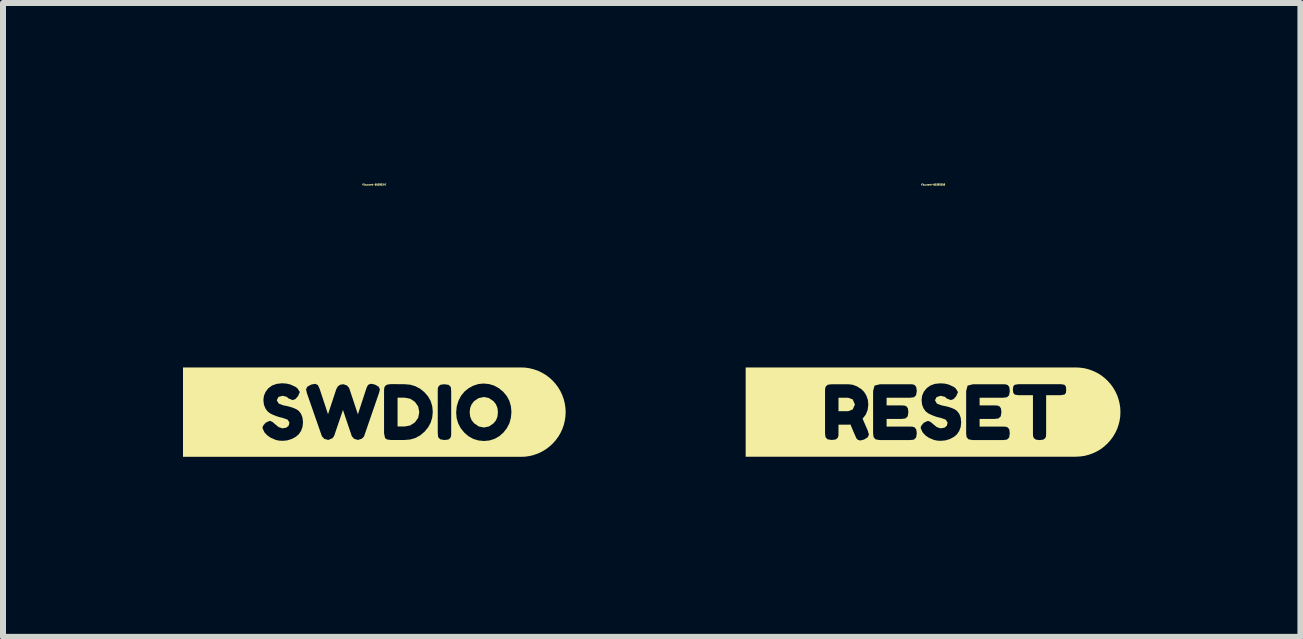
<source format=kicad_pcb>
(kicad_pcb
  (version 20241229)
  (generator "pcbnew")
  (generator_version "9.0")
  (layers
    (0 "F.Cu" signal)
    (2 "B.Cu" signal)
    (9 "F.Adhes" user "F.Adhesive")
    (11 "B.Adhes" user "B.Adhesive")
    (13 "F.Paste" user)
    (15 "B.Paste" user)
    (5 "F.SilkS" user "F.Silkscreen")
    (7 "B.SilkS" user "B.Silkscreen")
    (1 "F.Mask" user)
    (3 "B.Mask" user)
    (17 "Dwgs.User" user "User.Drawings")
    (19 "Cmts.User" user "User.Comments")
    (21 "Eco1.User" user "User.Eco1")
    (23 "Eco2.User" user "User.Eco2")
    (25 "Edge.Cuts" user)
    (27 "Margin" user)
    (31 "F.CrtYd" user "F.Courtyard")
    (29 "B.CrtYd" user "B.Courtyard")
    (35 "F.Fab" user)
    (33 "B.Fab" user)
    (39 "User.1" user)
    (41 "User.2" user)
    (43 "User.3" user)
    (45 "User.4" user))
  (footprint "kibuzzard-653BD35B"
    (layer "F.Cu")
    (at 12.501 3.818)
    (property "Reference" "kibuzzard-653BD35B" (at 0 -3.792 0) (layer "F.SilkS") (effects (font (size 0.025 0.025) (thickness 0.15))))
    (attr board_only exclude_from_pos_files exclude_from_bom)
    (fp_poly (pts (xy -1.576 -0.015) (xy -1.413 -0.015) (xy -1.339 -0.043) (xy -1.302 -0.126) (xy -1.339 -0.211) (xy -1.416 -0.239) (xy -1.576 -0.239) (xy -1.576 -0.015)) (stroke (width 0) (type solid)) (fill yes) (layer "F.SilkS"))
    (fp_poly (pts (xy -1.8 -0.744) (xy -3.123 -0.744) (xy -3.123 0.744) (xy -1.8 0.744) (xy -1.213 0.744) (xy -1.213 0.474) (xy -1.254 0.462) (xy -1.277 0.438) (xy -1.294 0.401) (xy -1.327 0.325) (xy -1.376 0.208) (xy -1.416 0.21) (xy -1.576 0.21) (xy -1.576 0.354) (xy -1.577 0.398) (xy -1.59 0.431) (xy -1.623 0.457) (xy -1.689 0.465) (xy -1.759 0.454) (xy -1.793 0.418) (xy -1.8 0.352) (xy -1.8 -0.352) (xy -1.798 -0.396) (xy -1.786 -0.43) (xy -1.753 -0.456) (xy -1.687 -0.464) (xy -1.413 -0.464) (xy -1.339 -0.455) (xy -1.267 -0.428) (xy -1.196 -0.383) (xy -1.149 -0.337) (xy -1.112 -0.276) (xy -1.087 -0.205) (xy -1.079 -0.126) (xy -1.09 -0.036) (xy -1.121 0.042) (xy -1.174 0.11) (xy -1.152 0.162) (xy -1.123 0.228) (xy -1.088 0.309) (xy -1.069 0.375) (xy -1.088 0.42) (xy -1.148 0.457) (xy -1.213 0.474) (xy -1.213 0.744) (xy -0.384 0.744) (xy -0.384 0.467) (xy -0.887 0.467) (xy -0.958 0.455) (xy -0.991 0.418) (xy -0.999 0.354) (xy -0.999 -0.352) (xy -0.975 -0.441) (xy -0.883 -0.464) (xy -0.383 -0.464) (xy -0.339 -0.462) (xy -0.306 -0.45) (xy -0.28 -0.417) (xy -0.271 -0.351) (xy -0.283 -0.281) (xy -0.318 -0.247) (xy -0.384 -0.239) (xy -0.774 -0.239) (xy -0.774 -0.111) (xy -0.523 -0.111) (xy -0.479 -0.109) (xy -0.445 -0.097) (xy -0.42 -0.064) (xy -0.411 0.002) (xy -0.423 0.072) (xy -0.459 0.106) (xy -0.525 0.114) (xy -0.774 0.114) (xy -0.774 0.242) (xy -0.383 0.242) (xy -0.339 0.244) (xy -0.306 0.256) (xy -0.28 0.29) (xy -0.271 0.355) (xy -0.283 0.425) (xy -0.318 0.459) (xy -0.384 0.467) (xy -0.384 0.744) (xy 0.13 0.744) (xy 0.13 0.479) (xy 0.072 0.476) (xy 0.017 0.465) (xy -0.069 0.429) (xy -0.126 0.389) (xy -0.163 0.35) (xy -0.175 0.336) (xy -0.208 0.263) (xy -0.194 0.225) (xy -0.153 0.177) (xy -0.086 0.147) (xy -0.043 0.163) (xy 0.013 0.21) (xy 0.064 0.251) (xy 0.125 0.271) (xy 0.191 0.26) (xy 0.23 0.228) (xy 0.243 0.175) (xy 0.211 0.126) (xy 0.13 0.097) (xy 0.08 0.086) (xy 0.026 0.069) (xy -0.028 0.047) (xy -0.078 0.022) (xy -0.123 -0.012) (xy -0.159 -0.062) (xy -0.183 -0.126) (xy -0.191 -0.201) (xy -0.182 -0.273) (xy -0.154 -0.338) (xy -0.108 -0.396) (xy -0.046 -0.442) (xy 0.03 -0.47) (xy 0.119 -0.479) (xy 0.192 -0.475) (xy 0.258 -0.46) (xy 0.345 -0.42) (xy 0.376 -0.396) (xy 0.416 -0.333) (xy 0.385 -0.264) (xy 0.342 -0.216) (xy 0.296 -0.2) (xy 0.23 -0.225) (xy 0.216 -0.238) (xy 0.196 -0.255) (xy 0.128 -0.271) (xy 0.06 -0.251) (xy 0.032 -0.197) (xy 0.065 -0.14) (xy 0.145 -0.111) (xy 0.196 -0.101) (xy 0.251 -0.088) (xy 0.306 -0.07) (xy 0.356 -0.049) (xy 0.4 -0.018) (xy 0.437 0.03) (xy 0.461 0.094) (xy 0.469 0.17) (xy 0.461 0.247) (xy 0.436 0.315) (xy 0.398 0.371) (xy 0.35 0.412) (xy 0.28 0.45) (xy 0.206 0.472) (xy 0.13 0.479) (xy 0.13 0.744) (xy 1.166 0.744) (xy 1.166 0.467) (xy 0.663 0.467) (xy 0.593 0.455) (xy 0.559 0.418) (xy 0.552 0.354) (xy 0.552 -0.352) (xy 0.576 -0.441) (xy 0.667 -0.464) (xy 1.168 -0.464) (xy 1.211 -0.462) (xy 1.245 -0.45) (xy 1.271 -0.417) (xy 1.279 -0.351) (xy 1.268 -0.281) (xy 1.232 -0.247) (xy 1.166 -0.239) (xy 0.776 -0.239) (xy 0.776 -0.111) (xy 1.028 -0.111) (xy 1.072 -0.109) (xy 1.105 -0.097) (xy 1.131 -0.064) (xy 1.14 0.002) (xy 1.128 0.072) (xy 1.091 0.106) (xy 1.025 0.114) (xy 0.776 0.114) (xy 0.776 0.242) (xy 1.168 0.242) (xy 1.211 0.244) (xy 1.245 0.256) (xy 1.271 0.29) (xy 1.279 0.355) (xy 1.268 0.425) (xy 1.232 0.459) (xy 1.166 0.467) (xy 1.166 0.744) (xy 1.775 0.744) (xy 1.775 0.467) (xy 1.712 0.459) (xy 1.679 0.433) (xy 1.667 0.4) (xy 1.665 0.356) (xy 1.665 -0.281) (xy 1.422 -0.281) (xy 1.362 -0.291) (xy 1.337 -0.321) (xy 1.33 -0.374) (xy 1.337 -0.427) (xy 1.358 -0.454) (xy 1.423 -0.465) (xy 2.129 -0.465) (xy 2.189 -0.456) (xy 2.214 -0.426) (xy 2.22 -0.373) (xy 2.214 -0.32) (xy 2.193 -0.293) (xy 2.128 -0.281) (xy 1.885 -0.281) (xy 1.885 0.358) (xy 1.883 0.401) (xy 1.872 0.433) (xy 1.838 0.459) (xy 1.775 0.467) (xy 1.775 0.744) (xy 2.22 0.744) (xy 2.379 0.744) (xy 2.452 0.74) (xy 2.524 0.73) (xy 2.595 0.712) (xy 2.664 0.687) (xy 2.73 0.656) (xy 2.793 0.619) (xy 2.851 0.575) (xy 2.905 0.526) (xy 2.954 0.472) (xy 2.998 0.413) (xy 3.035 0.351) (xy 3.067 0.285) (xy 3.091 0.216) (xy 3.109 0.145) (xy 3.12 0.073) (xy 3.123 0) (xy 3.12 -0.073) (xy 3.109 -0.145) (xy 3.091 -0.216) (xy 3.067 -0.285) (xy 3.035 -0.351) (xy 2.998 -0.413) (xy 2.954 -0.472) (xy 2.905 -0.526) (xy 2.851 -0.575) (xy 2.793 -0.619) (xy 2.73 -0.656) (xy 2.664 -0.687) (xy 2.595 -0.712) (xy 2.524 -0.73) (xy 2.452 -0.74) (xy 2.379 -0.744) (xy 2.22 -0.744) (xy -1.8 -0.744)) (stroke (width 0) (type solid)) (fill yes) (layer "F.SilkS")))
  (footprint "kibuzzard-653BD34E"
    (layer "F.Cu")
    (at 3.189 3.819)
    (property "Reference" "kibuzzard-653BD34E" (at 0 -3.793 0) (layer "F.SilkS") (effects (font (size 0.025 0.025) (thickness 0.15))))
    (attr board_only exclude_from_pos_files exclude_from_bom)
    (fp_poly (pts (xy 0.509 -0.241) (xy 0.387 -0.241) (xy 0.387 0.239) (xy 0.51 0.239) (xy 0.597 0.222) (xy 0.676 0.171) (xy 0.731 0.095) (xy 0.749 0.001) (xy 0.731 -0.094) (xy 0.677 -0.171) (xy 0.599 -0.223) (xy 0.509 -0.241)) (stroke (width 0) (type solid)) (fill yes) (layer "F.SilkS"))
    (fp_poly (pts (xy 1.589 0.002) (xy 1.597 0.073) (xy 1.621 0.134) (xy 1.662 0.185) (xy 1.739 0.238) (xy 1.825 0.256) (xy 1.911 0.239) (xy 1.987 0.187) (xy 2.028 0.136) (xy 2.052 0.075) (xy 2.06 0.003) (xy 2.052 -0.069) (xy 2.027 -0.131) (xy 1.987 -0.182) (xy 1.909 -0.235) (xy 1.824 -0.252) (xy 1.738 -0.234) (xy 1.661 -0.182) (xy 1.621 -0.13) (xy 1.597 -0.069) (xy 1.589 0.002)) (stroke (width 0) (type solid)) (fill yes) (layer "F.SilkS"))
    (fp_poly (pts (xy -1.866 -0.745) (xy -3.189 -0.745) (xy -3.189 0.745) (xy -1.866 0.745) (xy -1.528 0.745) (xy -1.528 0.478) (xy -1.586 0.475) (xy -1.641 0.464) (xy -1.727 0.427) (xy -1.784 0.387) (xy -1.821 0.349) (xy -1.833 0.335) (xy -1.866 0.262) (xy -1.852 0.224) (xy -1.811 0.176) (xy -1.744 0.145) (xy -1.701 0.161) (xy -1.645 0.209) (xy -1.594 0.25) (xy -1.533 0.27) (xy -1.467 0.259) (xy -1.428 0.227) (xy -1.415 0.173) (xy -1.447 0.124) (xy -1.528 0.096) (xy -1.578 0.084) (xy -1.632 0.067) (xy -1.686 0.046) (xy -1.736 0.021) (xy -1.78 -0.013) (xy -1.817 -0.064) (xy -1.841 -0.127) (xy -1.849 -0.203) (xy -1.84 -0.274) (xy -1.812 -0.339) (xy -1.766 -0.398) (xy -1.704 -0.444) (xy -1.628 -0.471) (xy -1.539 -0.481) (xy -1.466 -0.476) (xy -1.4 -0.461) (xy -1.313 -0.421) (xy -1.282 -0.397) (xy -1.242 -0.335) (xy -1.273 -0.265) (xy -1.316 -0.217) (xy -1.362 -0.201) (xy -1.428 -0.227) (xy -1.442 -0.239) (xy -1.462 -0.256) (xy -1.53 -0.272) (xy -1.598 -0.253) (xy -1.626 -0.198) (xy -1.593 -0.142) (xy -1.513 -0.112) (xy -1.462 -0.103) (xy -1.407 -0.089) (xy -1.352 -0.071) (xy -1.302 -0.05) (xy -1.258 -0.019) (xy -1.221 0.029) (xy -1.197 0.092) (xy -1.189 0.168) (xy -1.197 0.246) (xy -1.222 0.314) (xy -1.26 0.369) (xy -1.308 0.411) (xy -1.378 0.448) (xy -1.452 0.471) (xy -1.528 0.478) (xy -1.528 0.745) (xy -0.274 0.745) (xy -0.274 0.464) (xy -0.339 0.443) (xy -0.375 0.402) (xy -0.523 -0.036) (xy -0.574 0.114) (xy -0.614 0.232) (xy -0.643 0.316) (xy -0.66 0.369) (xy -0.667 0.388) (xy -0.678 0.41) (xy -0.699 0.435) (xy -0.768 0.464) (xy -0.835 0.445) (xy -0.87 0.407) (xy -0.879 0.388) (xy -1.124 -0.317) (xy -1.138 -0.379) (xy -1.117 -0.424) (xy -1.053 -0.459) (xy -0.986 -0.472) (xy -0.941 -0.451) (xy -0.912 -0.389) (xy -0.772 0.035) (xy -0.634 -0.383) (xy -0.609 -0.428) (xy -0.569 -0.457) (xy -0.516 -0.465) (xy -0.456 -0.444) (xy -0.42 -0.403) (xy -0.274 0.037) (xy -0.135 -0.389) (xy -0.118 -0.432) (xy -0.095 -0.46) (xy -0.052 -0.473) (xy 0.008 -0.46) (xy 0.071 -0.425) (xy 0.093 -0.379) (xy 0.077 -0.317) (xy -0.166 0.388) (xy -0.175 0.41) (xy -0.209 0.443) (xy -0.274 0.464) (xy -0.274 0.745) (xy 0.507 0.745) (xy 0.507 0.464) (xy 0.274 0.464) (xy 0.211 0.456) (xy 0.178 0.432) (xy 0.162 0.351) (xy 0.162 -0.355) (xy 0.164 -0.399) (xy 0.176 -0.432) (xy 0.21 -0.458) (xy 0.275 -0.467) (xy 0.51 -0.465) (xy 0.6 -0.457) (xy 0.683 -0.432) (xy 0.762 -0.391) (xy 0.834 -0.333) (xy 0.895 -0.263) (xy 0.939 -0.185) (xy 0.965 -0.099) (xy 0.974 -0.006) (xy 0.965 0.087) (xy 0.94 0.174) (xy 0.897 0.253) (xy 0.837 0.326) (xy 0.766 0.386) (xy 0.686 0.43) (xy 0.6 0.456) (xy 0.507 0.464) (xy 0.507 0.745) (xy 1.168 0.745) (xy 1.168 0.465) (xy 1.098 0.453) (xy 1.064 0.417) (xy 1.057 0.352) (xy 1.057 -0.354) (xy 1.058 -0.398) (xy 1.071 -0.431) (xy 1.104 -0.457) (xy 1.17 -0.465) (xy 1.24 -0.454) (xy 1.275 -0.418) (xy 1.281 -0.352) (xy 1.281 0.354) (xy 1.279 0.398) (xy 1.267 0.431) (xy 1.234 0.457) (xy 1.168 0.465) (xy 1.168 0.745) (xy 1.827 0.745) (xy 1.827 0.481) (xy 1.735 0.472) (xy 1.649 0.446) (xy 1.57 0.402) (xy 1.499 0.341) (xy 1.44 0.268) (xy 1.398 0.188) (xy 1.372 0.101) (xy 1.364 0.008) (xy 1.373 -0.094) (xy 1.402 -0.189) (xy 1.446 -0.274) (xy 1.504 -0.344) (xy 1.572 -0.399) (xy 1.65 -0.441) (xy 1.733 -0.468) (xy 1.82 -0.477) (xy 1.911 -0.468) (xy 1.995 -0.443) (xy 2.074 -0.4) (xy 2.146 -0.341) (xy 2.207 -0.269) (xy 2.25 -0.189) (xy 2.276 -0.1) (xy 2.285 -0.004) (xy 2.276 0.093) (xy 2.252 0.183) (xy 2.21 0.265) (xy 2.153 0.339) (xy 2.083 0.401) (xy 2.005 0.445) (xy 1.92 0.472) (xy 1.827 0.481) (xy 1.827 0.745) (xy 2.285 0.745) (xy 2.443 0.745) (xy 2.516 0.742) (xy 2.589 0.731) (xy 2.66 0.713) (xy 2.729 0.689) (xy 2.795 0.657) (xy 2.857 0.62) (xy 2.916 0.576) (xy 2.97 0.527) (xy 3.019 0.473) (xy 3.063 0.414) (xy 3.101 0.351) (xy 3.132 0.285) (xy 3.157 0.216) (xy 3.174 0.145) (xy 3.185 0.073) (xy 3.189 0.000001) (xy 3.185 -0.073) (xy 3.174 -0.145) (xy 3.157 -0.216) (xy 3.132 -0.285) (xy 3.101 -0.351) (xy 3.063 -0.414) (xy 3.019 -0.473) (xy 2.97 -0.527) (xy 2.916 -0.576) (xy 2.857 -0.62) (xy 2.795 -0.657) (xy 2.729 -0.689) (xy 2.66 -0.713) (xy 2.589 -0.731) (xy 2.516 -0.742) (xy 2.443 -0.745) (xy 2.285 -0.745) (xy -1.866 -0.745)) (stroke (width 0) (type solid)) (fill yes) (layer "F.SilkS")))
  (gr_rect
    (start -3 -3)
    (end 18.624 7.565)
    (stroke (width 0.1) (type default))
    (fill no)
    (layer "Edge.Cuts")))
</source>
